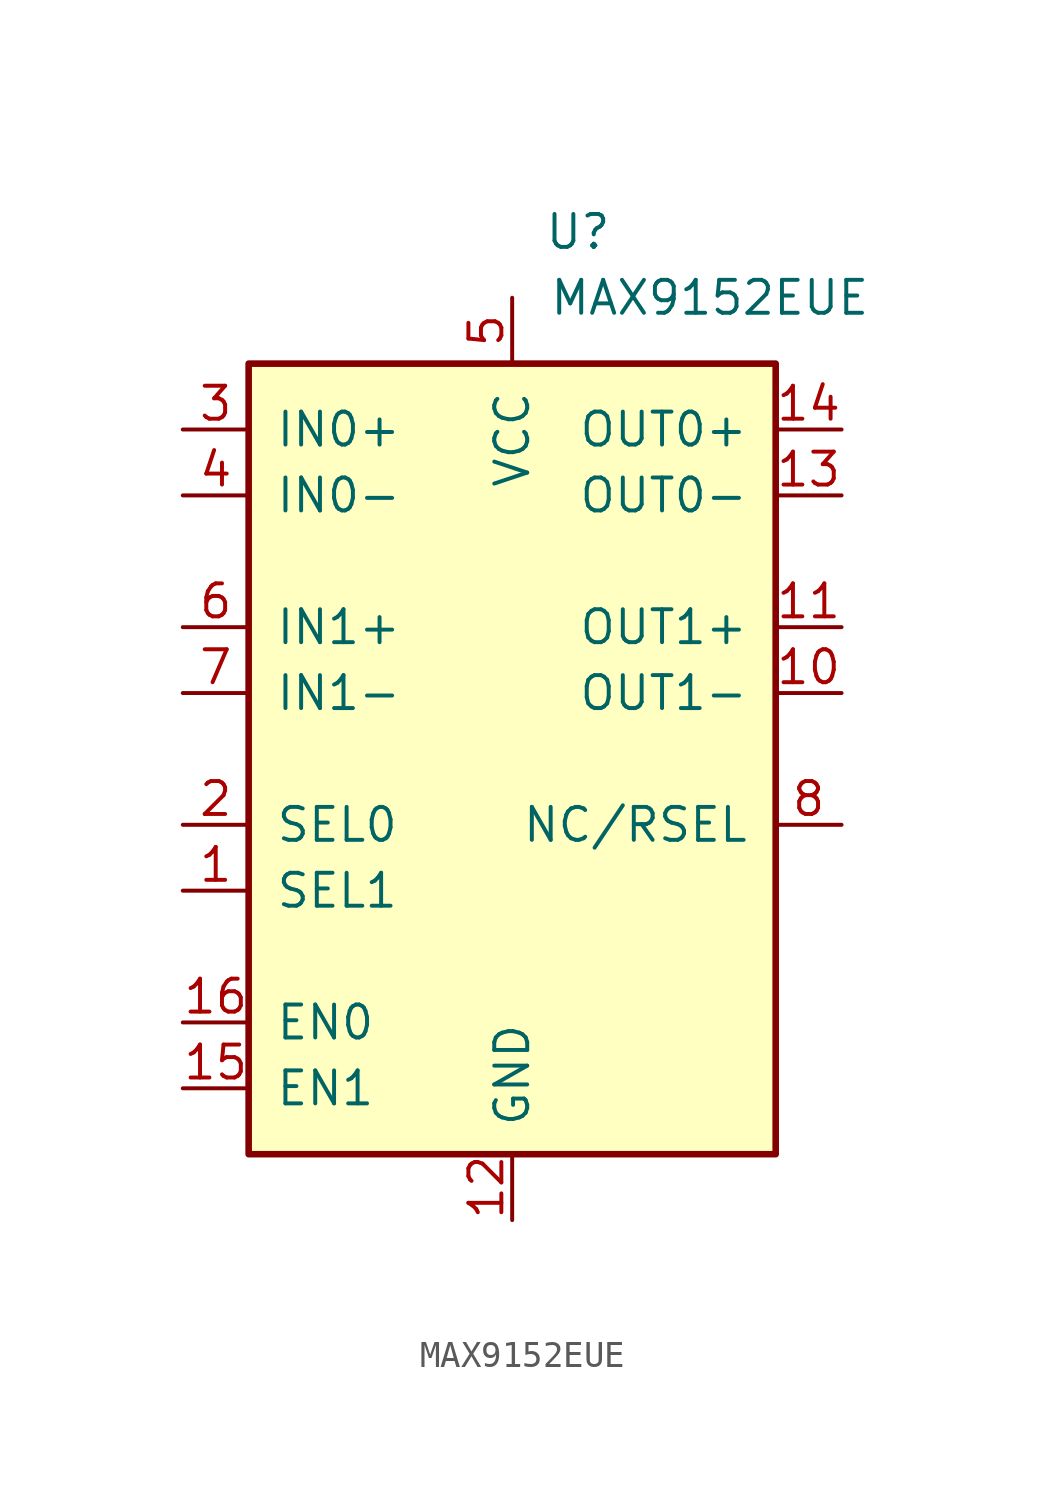
<source format=kicad_sym>
(kicad_symbol_lib
  (version 20231120)
  (generator "kicad_symbol_editor")
  (generator_version "8.0")
  (symbol "MAX9152EUE"
    (pin_names
      (offset 1.016))
    (property "Reference" "U"
      (at 2.54 20.32 0)
      (effects (font (size 1.27 1.27))))
    (property "Value" "MAX9152EUE"
      (at 7.62 17.78 0)
      (effects (font (size 1.27 1.27))))
    (symbol "MAX9152EUE_0_1"
      (rectangle (start -10.16 15.24) (end 10.16 -15.24) (stroke (width 0.254) (type default)) (fill (type background))))
    (symbol "MAX9152EUE_1_1"
      (pin input line (at -12.7 -5.08 0) (length 2.54) (name "SEL1" (effects (font (size 1.27 1.27)))) (number "1" (effects (font (size 1.27 1.27)))))
      (pin output line (at 12.7 2.54 180) (length 2.54) (name "OUT1-" (effects (font (size 1.27 1.27)))) (number "10" (effects (font (size 1.27 1.27)))))
      (pin output line (at 12.7 5.08 180) (length 2.54) (name "OUT1+" (effects (font (size 1.27 1.27)))) (number "11" (effects (font (size 1.27 1.27)))))
      (pin power_in line (at 0 -17.78 90) (length 2.54) (name "GND" (effects (font (size 1.27 1.27)))) (number "12" (effects (font (size 1.27 1.27)))))
      (pin output line (at 12.7 10.16 180) (length 2.54) (name "OUT0-" (effects (font (size 1.27 1.27)))) (number "13" (effects (font (size 1.27 1.27)))))
      (pin output line (at 12.7 12.7 180) (length 2.54) (name "OUT0+" (effects (font (size 1.27 1.27)))) (number "14" (effects (font (size 1.27 1.27)))))
      (pin input line (at -12.7 -12.7 0) (length 2.54) (name "EN1" (effects (font (size 1.27 1.27)))) (number "15" (effects (font (size 1.27 1.27)))))
      (pin input line (at -12.7 -10.16 0) (length 2.54) (name "EN0" (effects (font (size 1.27 1.27)))) (number "16" (effects (font (size 1.27 1.27)))))
      (pin input line (at -12.7 -2.54 0) (length 2.54) (name "SEL0" (effects (font (size 1.27 1.27)))) (number "2" (effects (font (size 1.27 1.27)))))
      (pin input line (at -12.7 12.7 0) (length 2.54) (name "IN0+" (effects (font (size 1.27 1.27)))) (number "3" (effects (font (size 1.27 1.27)))))
      (pin input line (at -12.7 10.16 0) (length 2.54) (name "IN0-" (effects (font (size 1.27 1.27)))) (number "4" (effects (font (size 1.27 1.27)))))
      (pin power_in line (at 0 17.78 270) (length 2.54) (name "VCC" (effects (font (size 1.27 1.27)))) (number "5" (effects (font (size 1.27 1.27)))))
      (pin input line (at -12.7 5.08 0) (length 2.54) (name "IN1+" (effects (font (size 1.27 1.27)))) (number "6" (effects (font (size 1.27 1.27)))))
      (pin input line (at -12.7 2.54 0) (length 2.54) (name "IN1-" (effects (font (size 1.27 1.27)))) (number "7" (effects (font (size 1.27 1.27)))))
      (pin input line (at 12.7 -2.54 180) (length 2.54) (name "NC/RSEL" (effects (font (size 1.27 1.27)))) (number "8" (effects (font (size 1.27 1.27)))))
      (pin no_connect line (at 10.16 -7.62 180) (length 2.54) hide (name "NC" (effects (font (size 1.27 1.27)))) (number "9" (effects (font (size 1.27 1.27))))))))
</source>
